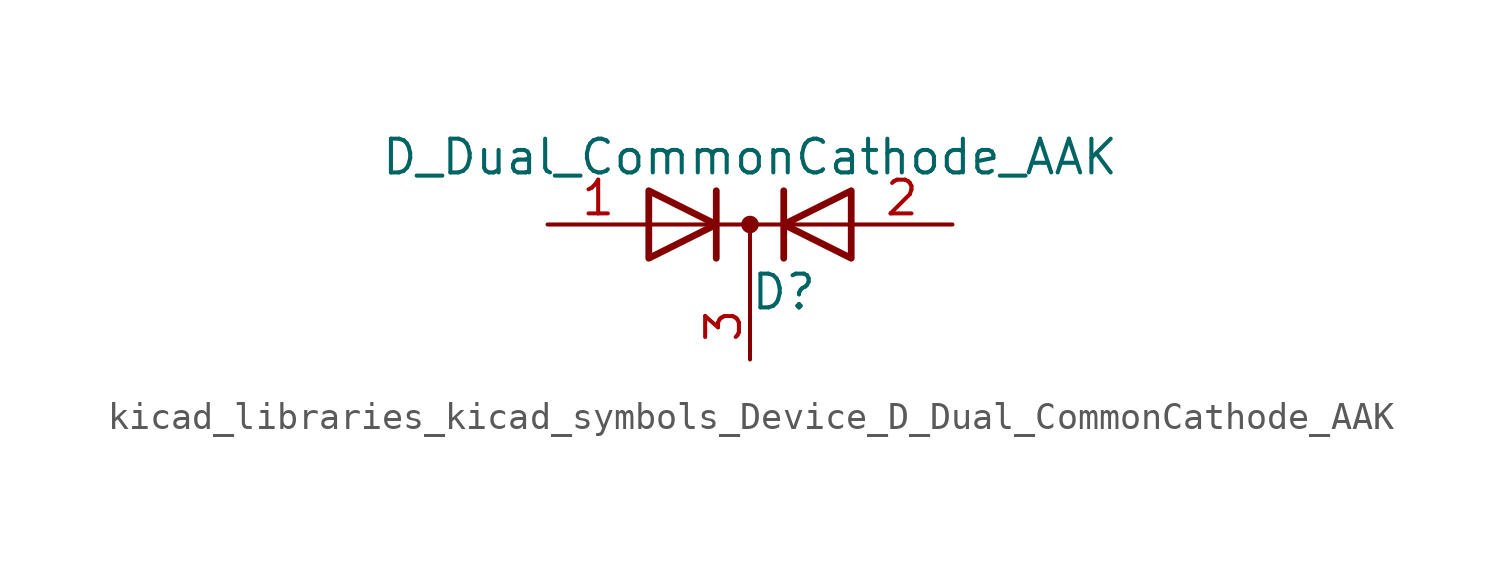
<source format=kicad_sym>
(kicad_symbol_lib
  (version 20220914)
  (generator kicad_symbol_editor)
  (symbol "kicad_libraries_kicad_symbols_Device_D_Dual_CommonCathode_AAK"
    (pin_names
      (offset 0.762) hide)
    (property "Reference" "D"
      (at 1.27 -2.54 0)
      (effects (font (size 1.27 1.27))))
    (property "Value" "D_Dual_CommonCathode_AAK"
      (at 0 2.54 0)
      (effects (font (size 1.27 1.27))))
    (symbol "kicad_libraries_kicad_symbols_Device_D_Dual_CommonCathode_AAK_0_1"
      (polyline (pts (xy -3.81 0) (xy 3.81 0)) (stroke (width 0) (type default)) (fill (type none)))
      (polyline (pts (xy 0 0) (xy 0 -2.54)) (stroke (width 0) (type default)) (fill (type none)))
      (polyline (pts (xy -1.27 -1.27) (xy -1.27 1.27) (xy -1.27 1.27)) (stroke (width 0.254) (type default)) (fill (type none)))
      (polyline (pts (xy 1.27 -1.27) (xy 1.27 1.27) (xy 1.27 1.27)) (stroke (width 0.254) (type default)) (fill (type none)))
      (polyline (pts (xy -3.81 1.27) (xy -1.27 0) (xy -3.81 -1.27) (xy -3.81 1.27) (xy -3.81 1.27) (xy -3.81 1.27)) (stroke (width 0.254) (type default)) (fill (type none)))
      (polyline (pts (xy 3.81 -1.27) (xy 1.27 0) (xy 3.81 1.27) (xy 3.81 -1.27) (xy 3.81 -1.27) (xy 3.81 -1.27)) (stroke (width 0.254) (type default)) (fill (type none)))
      (circle (center 0 0) (radius 0.254) (stroke (width 0) (type default)) (fill (type outline)))
      (pin passive line (at -7.62 0 0) (length 3.81) (name "A" (effects (font (size 1.27 1.27)))) (number "1" (effects (font (size 1.27 1.27)))))
      (pin passive line (at 7.62 0 180) (length 3.81) (name "A" (effects (font (size 1.27 1.27)))) (number "2" (effects (font (size 1.27 1.27)))))
      (pin passive line (at 0 -5.08 90) (length 2.54) (name "K" (effects (font (size 1.27 1.27)))) (number "3" (effects (font (size 1.27 1.27))))))))
</source>
